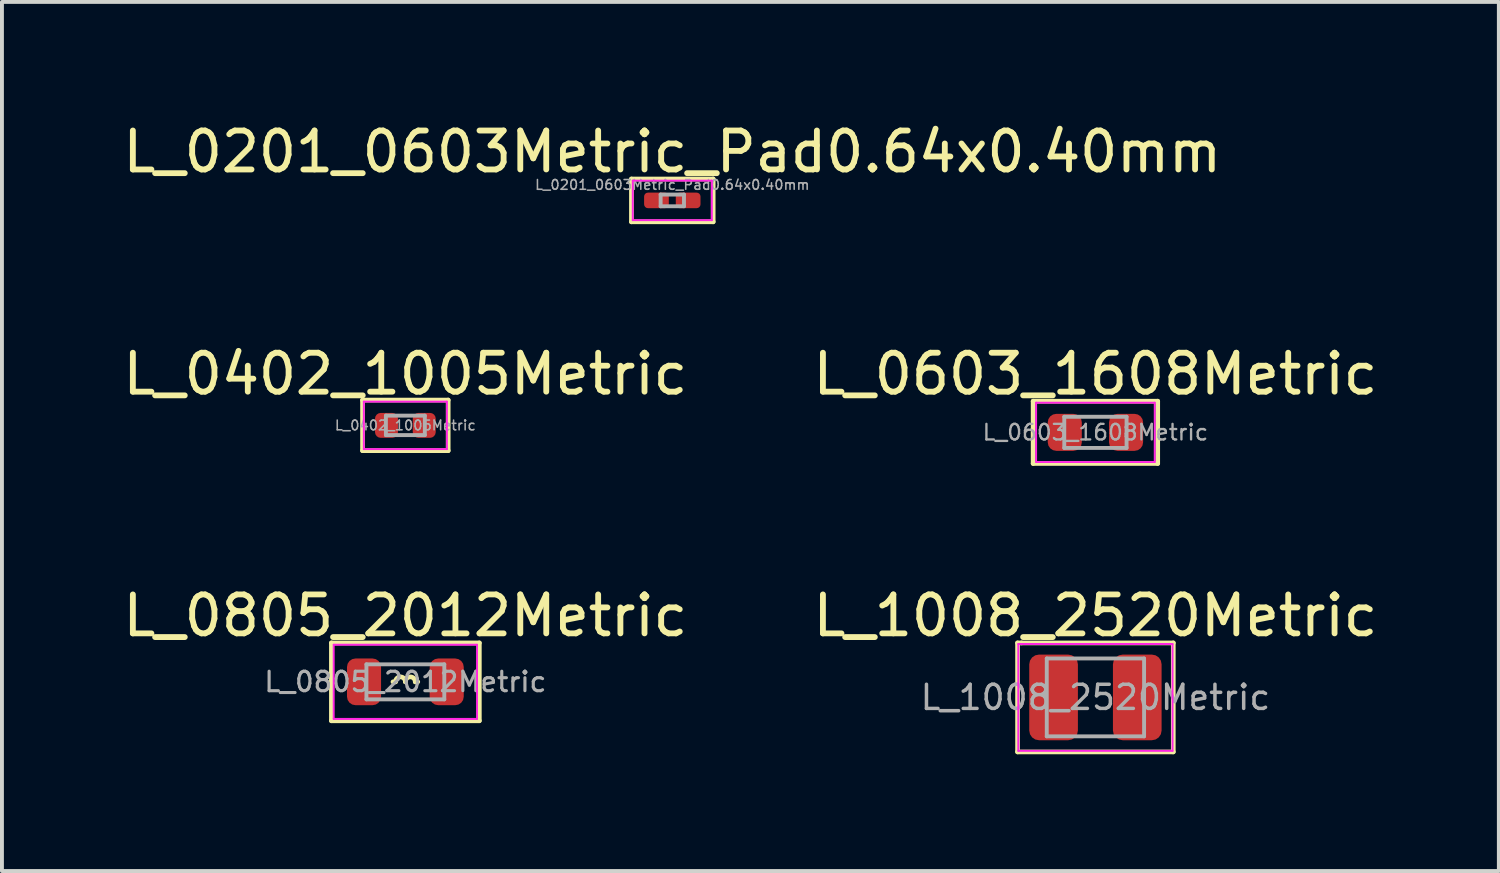
<source format=kicad_pcb>
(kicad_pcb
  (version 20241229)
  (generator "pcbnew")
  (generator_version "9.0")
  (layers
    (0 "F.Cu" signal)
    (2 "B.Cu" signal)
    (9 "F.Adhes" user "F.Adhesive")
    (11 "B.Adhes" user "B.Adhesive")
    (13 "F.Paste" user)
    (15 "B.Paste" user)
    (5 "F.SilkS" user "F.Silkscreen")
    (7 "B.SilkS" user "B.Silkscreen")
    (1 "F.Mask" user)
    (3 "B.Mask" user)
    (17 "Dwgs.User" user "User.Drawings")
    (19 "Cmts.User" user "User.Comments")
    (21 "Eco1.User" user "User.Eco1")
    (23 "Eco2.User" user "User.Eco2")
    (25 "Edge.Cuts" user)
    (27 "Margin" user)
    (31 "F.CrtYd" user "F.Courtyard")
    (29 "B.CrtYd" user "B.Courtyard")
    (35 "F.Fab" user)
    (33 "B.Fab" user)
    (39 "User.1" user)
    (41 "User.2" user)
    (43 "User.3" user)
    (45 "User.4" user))
  (footprint "L_0201_0603Metric_Pad0.64x0.40mm"
    (layer "F.Cu")
    (at 14.22 2.098)
    (property "Reference" "L_0201_0603Metric_Pad0.64x0.40mm" (at 0 -1.25 0) (layer "F.SilkS") (effects (font (size 1 1) (thickness 0.15))))
    (attr smd)
    (fp_line (start -1.05 -0.55) (end -1.05 0.55) (stroke (width 0.12) (type solid)) (layer "F.SilkS"))
    (fp_line (start -1.05 0.55) (end 1.05 0.55) (stroke (width 0.12) (type solid)) (layer "F.SilkS"))
    (fp_line (start 1.05 -0.55) (end -1.05 -0.55) (stroke (width 0.12) (type solid)) (layer "F.SilkS"))
    (fp_line (start 1.05 0.55) (end 1.05 -0.55) (stroke (width 0.12) (type solid)) (layer "F.SilkS"))
    (fp_line (start -1.016 -0.508) (end 1.016 -0.508) (stroke (width 0.05) (type solid)) (layer "F.CrtYd"))
    (fp_line (start -1.016 0.508) (end -1.016 -0.508) (stroke (width 0.05) (type solid)) (layer "F.CrtYd"))
    (fp_line (start 1.016 -0.508) (end 1.016 0.508) (stroke (width 0.05) (type solid)) (layer "F.CrtYd"))
    (fp_line (start 1.016 0.508) (end -1.016 0.508) (stroke (width 0.05) (type solid)) (layer "F.CrtYd"))
    (fp_line (start -0.3 -0.15) (end 0.3 -0.15) (stroke (width 0.1) (type solid)) (layer "F.Fab"))
    (fp_line (start -0.3 0.15) (end -0.3 -0.15) (stroke (width 0.1) (type solid)) (layer "F.Fab"))
    (fp_line (start 0.3 -0.15) (end 0.3 0.15) (stroke (width 0.1) (type solid)) (layer "F.Fab"))
    (fp_line (start 0.3 0.15) (end -0.3 0.15) (stroke (width 0.1) (type solid)) (layer "F.Fab"))
    (fp_text user "${REFERENCE}" (at 0 -0.4 0) (layer "F.Fab") (effects (font (size 0.25 0.25) (thickness 0.04))))
    (pad "" smd roundrect (at -0.432 0) (size 0.458 0.36) (layers "F.Paste") (roundrect_rratio 0.25))
    (pad "" smd roundrect (at 0.432 0) (size 0.458 0.36) (layers "F.Paste") (roundrect_rratio 0.25))
    (pad "1" smd roundrect (at -0.407 0) (size 0.635 0.4) (layers "F.Cu" "F.Mask") (roundrect_rratio 0.25))
    (pad "2" smd roundrect (at 0.407 0) (size 0.635 0.4) (layers "F.Cu" "F.Mask") (roundrect_rratio 0.25)))
  (footprint "L_0402_1005Metric"
    (layer "F.Cu")
    (at 7.363 7.877)
    (property "Reference" "L_0402_1005Metric" (at 0 -1.321 0) (layer "F.SilkS") (effects (font (size 1 1) (thickness 0.15))))
    (attr smd)
    (fp_line (start -1.1 -0.65) (end -1.1 0.65) (stroke (width 0.12) (type solid)) (layer "F.SilkS"))
    (fp_line (start -1.1 0.65) (end 1.1 0.65) (stroke (width 0.12) (type solid)) (layer "F.SilkS"))
    (fp_line (start 1.1 -0.65) (end -1.1 -0.65) (stroke (width 0.12) (type solid)) (layer "F.SilkS"))
    (fp_line (start 1.1 0.65) (end 1.1 -0.65) (stroke (width 0.12) (type solid)) (layer "F.SilkS"))
    (fp_line (start -1.067 -0.61) (end 1.067 -0.61) (stroke (width 0.05) (type solid)) (layer "F.CrtYd"))
    (fp_line (start -1.067 0.61) (end -1.067 -0.61) (stroke (width 0.05) (type solid)) (layer "F.CrtYd"))
    (fp_line (start 1.067 -0.61) (end 1.067 0.61) (stroke (width 0.05) (type solid)) (layer "F.CrtYd"))
    (fp_line (start 1.067 0.61) (end -1.067 0.61) (stroke (width 0.05) (type solid)) (layer "F.CrtYd"))
    (fp_line (start -0.5 -0.25) (end 0.5 -0.25) (stroke (width 0.1) (type solid)) (layer "F.Fab"))
    (fp_line (start -0.5 0.25) (end -0.5 -0.25) (stroke (width 0.1) (type solid)) (layer "F.Fab"))
    (fp_line (start 0.5 -0.25) (end 0.5 0.25) (stroke (width 0.1) (type solid)) (layer "F.Fab"))
    (fp_line (start 0.5 0.25) (end -0.5 0.25) (stroke (width 0.1) (type solid)) (layer "F.Fab"))
    (fp_text user "${REFERENCE}" (at 0 0 0) (layer "F.Fab") (effects (font (size 0.25 0.25) (thickness 0.04))))
    (pad "1" smd roundrect (at -0.485 0) (size 0.59 0.64) (layers "F.Cu" "F.Mask" "F.Paste") (roundrect_rratio 0.25))
    (pad "2" smd roundrect (at 0.485 0) (size 0.59 0.64) (layers "F.Cu" "F.Mask" "F.Paste") (roundrect_rratio 0.25)))
  (footprint "L_0805_2012Metric"
    (layer "F.Cu")
    (at 7.363 14.465)
    (property "Reference" "L_0805_2012Metric" (at 0 -1.7 0) (layer "F.SilkS") (effects (font (size 1 1) (thickness 0.15))))
    (attr smd)
    (fp_line (start -1.9 -1) (end -1.9 1) (stroke (width 0.12) (type solid)) (layer "F.SilkS"))
    (fp_line (start -1.9 1) (end 1.9 1) (stroke (width 0.12) (type solid)) (layer "F.SilkS"))
    (fp_line (start -0.254 0) (end -0.318 0) (stroke (width 0.12) (type solid)) (layer "F.SilkS"))
    (fp_line (start 0.254 0) (end 0.318 0) (stroke (width 0.12) (type solid)) (layer "F.SilkS"))
    (fp_line (start 1.9 -1) (end -1.9 -1) (stroke (width 0.12) (type solid)) (layer "F.SilkS"))
    (fp_line (start 1.9 1) (end 1.9 -1) (stroke (width 0.12) (type solid)) (layer "F.SilkS"))
    (fp_arc (start -0.254 0) (mid -0.127 -0.127) (end 0 0) (stroke (width 0.12) (type solid)) (layer "F.SilkS"))
    (fp_arc (start 0 0) (mid 0.127 -0.127) (end 0.254 0) (stroke (width 0.12) (type solid)) (layer "F.SilkS"))
    (fp_line (start -1.841 -0.953) (end 1.841 -0.953) (stroke (width 0.05) (type solid)) (layer "F.CrtYd"))
    (fp_line (start -1.841 0.953) (end -1.841 -0.953) (stroke (width 0.05) (type solid)) (layer "F.CrtYd"))
    (fp_line (start 1.841 -0.953) (end 1.841 0.953) (stroke (width 0.05) (type solid)) (layer "F.CrtYd"))
    (fp_line (start 1.841 0.953) (end -1.841 0.953) (stroke (width 0.05) (type solid)) (layer "F.CrtYd"))
    (fp_line (start -1 -0.45) (end 1 -0.45) (stroke (width 0.1) (type solid)) (layer "F.Fab"))
    (fp_line (start -1 0.45) (end -1 -0.45) (stroke (width 0.1) (type solid)) (layer "F.Fab"))
    (fp_line (start 1 -0.45) (end 1 0.45) (stroke (width 0.1) (type solid)) (layer "F.Fab"))
    (fp_line (start 1 0.45) (end -1 0.45) (stroke (width 0.1) (type solid)) (layer "F.Fab"))
    (fp_text user "${REFERENCE}" (at 0 0 0) (layer "F.Fab") (effects (font (size 0.5 0.5) (thickness 0.08))))
    (pad "1" smd roundrect (at -1.062 0) (size 0.875 1.2) (layers "F.Cu" "F.Mask" "F.Paste") (roundrect_rratio 0.25))
    (pad "2" smd roundrect (at 1.062 0) (size 0.875 1.2) (layers "F.Cu" "F.Mask" "F.Paste") (roundrect_rratio 0.25)))
  (footprint "L_1008_2520Metric"
    (layer "F.Cu")
    (at 25.089 14.865)
    (property "Reference" "L_1008_2520Metric" (at 0 -2.1 0) (layer "F.SilkS") (effects (font (size 1 1) (thickness 0.15))))
    (attr smd)
    (fp_line (start -2 -1.4) (end -2 1.4) (stroke (width 0.12) (type solid)) (layer "F.SilkS"))
    (fp_line (start -2 1.4) (end 2 1.4) (stroke (width 0.12) (type solid)) (layer "F.SilkS"))
    (fp_line (start -1.9 -1.4) (end -2 -1.4) (stroke (width 0.12) (type solid)) (layer "F.SilkS"))
    (fp_line (start 2 -1.4) (end -1.9 -1.4) (stroke (width 0.12) (type solid)) (layer "F.SilkS"))
    (fp_line (start 2 1.4) (end 2 -1.4) (stroke (width 0.12) (type solid)) (layer "F.SilkS"))
    (fp_line (start -1.981 -1.372) (end 1.981 -1.372) (stroke (width 0.05) (type solid)) (layer "F.CrtYd"))
    (fp_line (start -1.981 1.372) (end -1.981 -1.372) (stroke (width 0.05) (type solid)) (layer "F.CrtYd"))
    (fp_line (start 1.981 -1.372) (end 1.981 1.372) (stroke (width 0.05) (type solid)) (layer "F.CrtYd"))
    (fp_line (start 1.981 1.372) (end -1.981 1.372) (stroke (width 0.05) (type solid)) (layer "F.CrtYd"))
    (fp_line (start -1.25 -1) (end 1.25 -1) (stroke (width 0.1) (type solid)) (layer "F.Fab"))
    (fp_line (start -1.25 1) (end -1.25 -1) (stroke (width 0.1) (type solid)) (layer "F.Fab"))
    (fp_line (start 1.25 -1) (end 1.25 1) (stroke (width 0.1) (type solid)) (layer "F.Fab"))
    (fp_line (start 1.25 1) (end -1.25 1) (stroke (width 0.1) (type solid)) (layer "F.Fab"))
    (fp_text user "${REFERENCE}" (at 0 0 0) (layer "F.Fab") (effects (font (size 0.62 0.62) (thickness 0.09))))
    (pad "1" smd roundrect (at -1.075 0) (size 1.25 2.2) (layers "F.Cu" "F.Mask" "F.Paste") (roundrect_rratio 0.2))
    (pad "2" smd roundrect (at 1.075 0) (size 1.25 2.2) (layers "F.Cu" "F.Mask" "F.Paste") (roundrect_rratio 0.2)))
  (footprint "L_0603_1608Metric"
    (layer "F.Cu")
    (at 25.089 8.056)
    (property "Reference" "L_0603_1608Metric" (at 0 -1.5 0) (layer "F.SilkS") (effects (font (size 1 1) (thickness 0.15))))
    (attr smd)
    (fp_line (start -1.6 -0.8) (end -1.6 0.8) (stroke (width 0.12) (type solid)) (layer "F.SilkS"))
    (fp_line (start -1.6 0.8) (end 1.6 0.8) (stroke (width 0.12) (type solid)) (layer "F.SilkS"))
    (fp_line (start 1.6 -0.8) (end -1.6 -0.8) (stroke (width 0.12) (type solid)) (layer "F.SilkS"))
    (fp_line (start 1.6 0.8) (end 1.6 -0.8) (stroke (width 0.12) (type solid)) (layer "F.SilkS"))
    (fp_line (start -1.524 -0.762) (end 1.524 -0.762) (stroke (width 0.05) (type solid)) (layer "F.CrtYd"))
    (fp_line (start -1.524 0.762) (end -1.524 -0.762) (stroke (width 0.05) (type solid)) (layer "F.CrtYd"))
    (fp_line (start 1.524 -0.762) (end 1.524 0.762) (stroke (width 0.05) (type solid)) (layer "F.CrtYd"))
    (fp_line (start 1.524 0.762) (end -1.524 0.762) (stroke (width 0.05) (type solid)) (layer "F.CrtYd"))
    (fp_line (start -0.8 -0.4) (end 0.8 -0.4) (stroke (width 0.1) (type solid)) (layer "F.Fab"))
    (fp_line (start -0.8 0.4) (end -0.8 -0.4) (stroke (width 0.1) (type solid)) (layer "F.Fab"))
    (fp_line (start 0.8 -0.4) (end 0.8 0.4) (stroke (width 0.1) (type solid)) (layer "F.Fab"))
    (fp_line (start 0.8 0.4) (end -0.8 0.4) (stroke (width 0.1) (type solid)) (layer "F.Fab"))
    (fp_text user "${REFERENCE}" (at 0 0 0) (layer "F.Fab") (effects (font (size 0.4 0.4) (thickness 0.06))))
    (pad "1" smd roundrect (at -0.787 0) (size 0.875 0.95) (layers "F.Cu" "F.Mask" "F.Paste") (roundrect_rratio 0.25))
    (pad "2" smd roundrect (at 0.787 0) (size 0.875 0.95) (layers "F.Cu" "F.Mask" "F.Paste") (roundrect_rratio 0.25)))
  (gr_rect
    (start -3 -3)
    (end 35.452 19.325)
    (stroke (width 0.1) (type default))
    (fill no)
    (layer "Edge.Cuts")))
</source>
